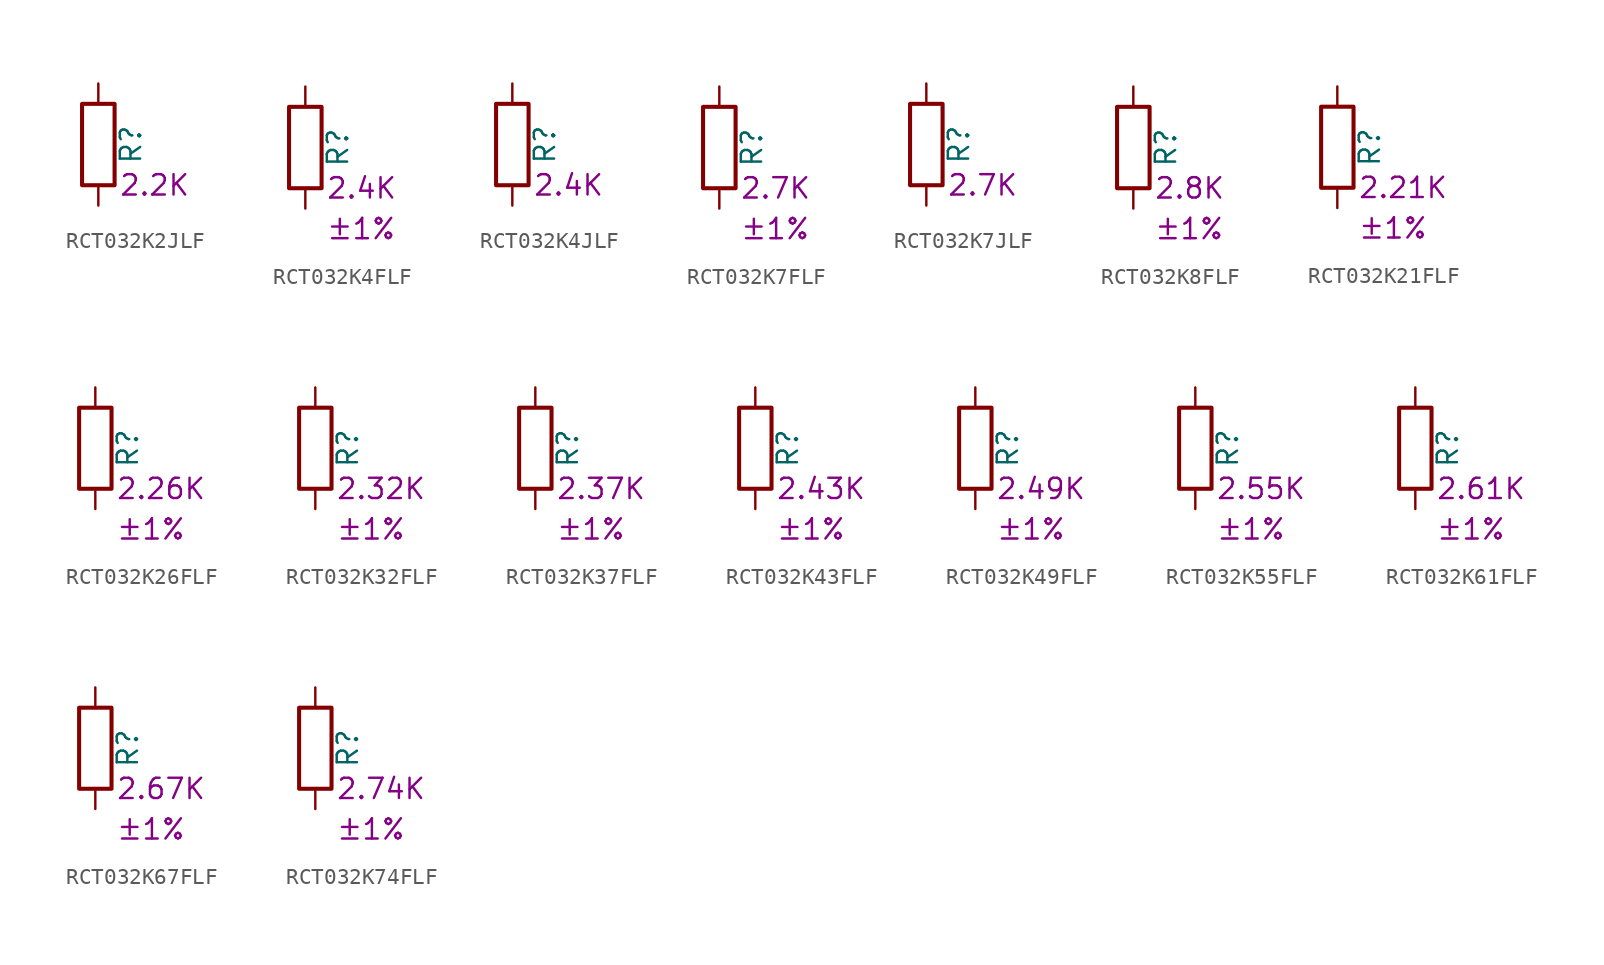
<source format=kicad_sym>
(kicad_symbol_lib
  (version 20220914)
  (generator kicad_symbol_editor)
  (symbol "RCT032K2JLF"
    (pin_numbers hide)
    (pin_names
      (offset 0))
    (property "Reference" "R"
      (at 2.032 0 90)
      (effects (font (size 1.27 1.27))))
    (property "Resistance" "2.2K"
      (at 1.27 -2.54 0)
      (effects (font (size 1.27 1.27)) (justify left)))
    (symbol "RCT032K2JLF_0_1"
      (rectangle (start -1.016 -2.54) (end 1.016 2.54) (stroke (width 0.254) (type default)) (fill (type none))))
    (symbol "RCT032K2JLF_1_1"
      (pin passive line (at 0 3.81 270) (length 1.27) (name "~" (effects (font (size 1.27 1.27)))) (number "1" (effects (font (size 1.27 1.27)))))
      (pin passive line (at 0 -3.81 90) (length 1.27) (name "~" (effects (font (size 1.27 1.27)))) (number "2" (effects (font (size 1.27 1.27)))))))
  (symbol "RCT032K4FLF"
    (pin_numbers hide)
    (pin_names
      (offset 0))
    (property "Reference" "R"
      (at 2.032 0 90)
      (effects (font (size 1.27 1.27))))
    (property "Resistance" "2.4K"
      (at 1.27 -2.54 0)
      (effects (font (size 1.27 1.27)) (justify left)))
    (property "Tolerance" "±1%"
      (at 1.27 -5.08 0)
      (effects (font (size 1.27 1.27)) (justify left)))
    (symbol "RCT032K4FLF_0_1"
      (rectangle (start -1.016 -2.54) (end 1.016 2.54) (stroke (width 0.254) (type default)) (fill (type none))))
    (symbol "RCT032K4FLF_1_1"
      (pin passive line (at 0 3.81 270) (length 1.27) (name "~" (effects (font (size 1.27 1.27)))) (number "1" (effects (font (size 1.27 1.27)))))
      (pin passive line (at 0 -3.81 90) (length 1.27) (name "~" (effects (font (size 1.27 1.27)))) (number "2" (effects (font (size 1.27 1.27)))))))
  (symbol "RCT032K4JLF"
    (pin_numbers hide)
    (pin_names
      (offset 0))
    (property "Reference" "R"
      (at 2.032 0 90)
      (effects (font (size 1.27 1.27))))
    (property "Resistance" "2.4K"
      (at 1.27 -2.54 0)
      (effects (font (size 1.27 1.27)) (justify left)))
    (symbol "RCT032K4JLF_0_1"
      (rectangle (start -1.016 -2.54) (end 1.016 2.54) (stroke (width 0.254) (type default)) (fill (type none))))
    (symbol "RCT032K4JLF_1_1"
      (pin passive line (at 0 3.81 270) (length 1.27) (name "~" (effects (font (size 1.27 1.27)))) (number "1" (effects (font (size 1.27 1.27)))))
      (pin passive line (at 0 -3.81 90) (length 1.27) (name "~" (effects (font (size 1.27 1.27)))) (number "2" (effects (font (size 1.27 1.27)))))))
  (symbol "RCT032K7FLF"
    (pin_numbers hide)
    (pin_names
      (offset 0))
    (property "Reference" "R"
      (at 2.032 0 90)
      (effects (font (size 1.27 1.27))))
    (property "Resistance" "2.7K"
      (at 1.27 -2.54 0)
      (effects (font (size 1.27 1.27)) (justify left)))
    (property "Tolerance" "±1%"
      (at 1.27 -5.08 0)
      (effects (font (size 1.27 1.27)) (justify left)))
    (symbol "RCT032K7FLF_0_1"
      (rectangle (start -1.016 -2.54) (end 1.016 2.54) (stroke (width 0.254) (type default)) (fill (type none))))
    (symbol "RCT032K7FLF_1_1"
      (pin passive line (at 0 3.81 270) (length 1.27) (name "~" (effects (font (size 1.27 1.27)))) (number "1" (effects (font (size 1.27 1.27)))))
      (pin passive line (at 0 -3.81 90) (length 1.27) (name "~" (effects (font (size 1.27 1.27)))) (number "2" (effects (font (size 1.27 1.27)))))))
  (symbol "RCT032K7JLF"
    (pin_numbers hide)
    (pin_names
      (offset 0))
    (property "Reference" "R"
      (at 2.032 0 90)
      (effects (font (size 1.27 1.27))))
    (property "Resistance" "2.7K"
      (at 1.27 -2.54 0)
      (effects (font (size 1.27 1.27)) (justify left)))
    (symbol "RCT032K7JLF_0_1"
      (rectangle (start -1.016 -2.54) (end 1.016 2.54) (stroke (width 0.254) (type default)) (fill (type none))))
    (symbol "RCT032K7JLF_1_1"
      (pin passive line (at 0 3.81 270) (length 1.27) (name "~" (effects (font (size 1.27 1.27)))) (number "1" (effects (font (size 1.27 1.27)))))
      (pin passive line (at 0 -3.81 90) (length 1.27) (name "~" (effects (font (size 1.27 1.27)))) (number "2" (effects (font (size 1.27 1.27)))))))
  (symbol "RCT032K8FLF"
    (pin_numbers hide)
    (pin_names
      (offset 0))
    (property "Reference" "R"
      (at 2.032 0 90)
      (effects (font (size 1.27 1.27))))
    (property "Resistance" "2.8K"
      (at 1.27 -2.54 0)
      (effects (font (size 1.27 1.27)) (justify left)))
    (property "Tolerance" "±1%"
      (at 1.27 -5.08 0)
      (effects (font (size 1.27 1.27)) (justify left)))
    (symbol "RCT032K8FLF_0_1"
      (rectangle (start -1.016 -2.54) (end 1.016 2.54) (stroke (width 0.254) (type default)) (fill (type none))))
    (symbol "RCT032K8FLF_1_1"
      (pin passive line (at 0 3.81 270) (length 1.27) (name "~" (effects (font (size 1.27 1.27)))) (number "1" (effects (font (size 1.27 1.27)))))
      (pin passive line (at 0 -3.81 90) (length 1.27) (name "~" (effects (font (size 1.27 1.27)))) (number "2" (effects (font (size 1.27 1.27)))))))
  (symbol "RCT032K21FLF"
    (pin_numbers hide)
    (pin_names
      (offset 0))
    (property "Reference" "R"
      (at 2.032 0 90)
      (effects (font (size 1.27 1.27))))
    (property "Resistance" "2.21K"
      (at 1.27 -2.54 0)
      (effects (font (size 1.27 1.27)) (justify left)))
    (property "Tolerance" "±1%"
      (at 1.27 -5.08 0)
      (effects (font (size 1.27 1.27)) (justify left)))
    (symbol "RCT032K21FLF_0_1"
      (rectangle (start -1.016 -2.54) (end 1.016 2.54) (stroke (width 0.254) (type default)) (fill (type none))))
    (symbol "RCT032K21FLF_1_1"
      (pin passive line (at 0 3.81 270) (length 1.27) (name "~" (effects (font (size 1.27 1.27)))) (number "1" (effects (font (size 1.27 1.27)))))
      (pin passive line (at 0 -3.81 90) (length 1.27) (name "~" (effects (font (size 1.27 1.27)))) (number "2" (effects (font (size 1.27 1.27)))))))
  (symbol "RCT032K26FLF"
    (pin_numbers hide)
    (pin_names
      (offset 0))
    (property "Reference" "R"
      (at 2.032 0 90)
      (effects (font (size 1.27 1.27))))
    (property "Resistance" "2.26K"
      (at 1.27 -2.54 0)
      (effects (font (size 1.27 1.27)) (justify left)))
    (property "Tolerance" "±1%"
      (at 1.27 -5.08 0)
      (effects (font (size 1.27 1.27)) (justify left)))
    (symbol "RCT032K26FLF_0_1"
      (rectangle (start -1.016 -2.54) (end 1.016 2.54) (stroke (width 0.254) (type default)) (fill (type none))))
    (symbol "RCT032K26FLF_1_1"
      (pin passive line (at 0 3.81 270) (length 1.27) (name "~" (effects (font (size 1.27 1.27)))) (number "1" (effects (font (size 1.27 1.27)))))
      (pin passive line (at 0 -3.81 90) (length 1.27) (name "~" (effects (font (size 1.27 1.27)))) (number "2" (effects (font (size 1.27 1.27)))))))
  (symbol "RCT032K32FLF"
    (pin_numbers hide)
    (pin_names
      (offset 0))
    (property "Reference" "R"
      (at 2.032 0 90)
      (effects (font (size 1.27 1.27))))
    (property "Resistance" "2.32K"
      (at 1.27 -2.54 0)
      (effects (font (size 1.27 1.27)) (justify left)))
    (property "Tolerance" "±1%"
      (at 1.27 -5.08 0)
      (effects (font (size 1.27 1.27)) (justify left)))
    (symbol "RCT032K32FLF_0_1"
      (rectangle (start -1.016 -2.54) (end 1.016 2.54) (stroke (width 0.254) (type default)) (fill (type none))))
    (symbol "RCT032K32FLF_1_1"
      (pin passive line (at 0 3.81 270) (length 1.27) (name "~" (effects (font (size 1.27 1.27)))) (number "1" (effects (font (size 1.27 1.27)))))
      (pin passive line (at 0 -3.81 90) (length 1.27) (name "~" (effects (font (size 1.27 1.27)))) (number "2" (effects (font (size 1.27 1.27)))))))
  (symbol "RCT032K37FLF"
    (pin_numbers hide)
    (pin_names
      (offset 0))
    (property "Reference" "R"
      (at 2.032 0 90)
      (effects (font (size 1.27 1.27))))
    (property "Resistance" "2.37K"
      (at 1.27 -2.54 0)
      (effects (font (size 1.27 1.27)) (justify left)))
    (property "Tolerance" "±1%"
      (at 1.27 -5.08 0)
      (effects (font (size 1.27 1.27)) (justify left)))
    (symbol "RCT032K37FLF_0_1"
      (rectangle (start -1.016 -2.54) (end 1.016 2.54) (stroke (width 0.254) (type default)) (fill (type none))))
    (symbol "RCT032K37FLF_1_1"
      (pin passive line (at 0 3.81 270) (length 1.27) (name "~" (effects (font (size 1.27 1.27)))) (number "1" (effects (font (size 1.27 1.27)))))
      (pin passive line (at 0 -3.81 90) (length 1.27) (name "~" (effects (font (size 1.27 1.27)))) (number "2" (effects (font (size 1.27 1.27)))))))
  (symbol "RCT032K43FLF"
    (pin_numbers hide)
    (pin_names
      (offset 0))
    (property "Reference" "R"
      (at 2.032 0 90)
      (effects (font (size 1.27 1.27))))
    (property "Resistance" "2.43K"
      (at 1.27 -2.54 0)
      (effects (font (size 1.27 1.27)) (justify left)))
    (property "Tolerance" "±1%"
      (at 1.27 -5.08 0)
      (effects (font (size 1.27 1.27)) (justify left)))
    (symbol "RCT032K43FLF_0_1"
      (rectangle (start -1.016 -2.54) (end 1.016 2.54) (stroke (width 0.254) (type default)) (fill (type none))))
    (symbol "RCT032K43FLF_1_1"
      (pin passive line (at 0 3.81 270) (length 1.27) (name "~" (effects (font (size 1.27 1.27)))) (number "1" (effects (font (size 1.27 1.27)))))
      (pin passive line (at 0 -3.81 90) (length 1.27) (name "~" (effects (font (size 1.27 1.27)))) (number "2" (effects (font (size 1.27 1.27)))))))
  (symbol "RCT032K49FLF"
    (pin_numbers hide)
    (pin_names
      (offset 0))
    (property "Reference" "R"
      (at 2.032 0 90)
      (effects (font (size 1.27 1.27))))
    (property "Resistance" "2.49K"
      (at 1.27 -2.54 0)
      (effects (font (size 1.27 1.27)) (justify left)))
    (property "Tolerance" "±1%"
      (at 1.27 -5.08 0)
      (effects (font (size 1.27 1.27)) (justify left)))
    (symbol "RCT032K49FLF_0_1"
      (rectangle (start -1.016 -2.54) (end 1.016 2.54) (stroke (width 0.254) (type default)) (fill (type none))))
    (symbol "RCT032K49FLF_1_1"
      (pin passive line (at 0 3.81 270) (length 1.27) (name "~" (effects (font (size 1.27 1.27)))) (number "1" (effects (font (size 1.27 1.27)))))
      (pin passive line (at 0 -3.81 90) (length 1.27) (name "~" (effects (font (size 1.27 1.27)))) (number "2" (effects (font (size 1.27 1.27)))))))
  (symbol "RCT032K55FLF"
    (pin_numbers hide)
    (pin_names
      (offset 0))
    (property "Reference" "R"
      (at 2.032 0 90)
      (effects (font (size 1.27 1.27))))
    (property "Resistance" "2.55K"
      (at 1.27 -2.54 0)
      (effects (font (size 1.27 1.27)) (justify left)))
    (property "Tolerance" "±1%"
      (at 1.27 -5.08 0)
      (effects (font (size 1.27 1.27)) (justify left)))
    (symbol "RCT032K55FLF_0_1"
      (rectangle (start -1.016 -2.54) (end 1.016 2.54) (stroke (width 0.254) (type default)) (fill (type none))))
    (symbol "RCT032K55FLF_1_1"
      (pin passive line (at 0 3.81 270) (length 1.27) (name "~" (effects (font (size 1.27 1.27)))) (number "1" (effects (font (size 1.27 1.27)))))
      (pin passive line (at 0 -3.81 90) (length 1.27) (name "~" (effects (font (size 1.27 1.27)))) (number "2" (effects (font (size 1.27 1.27)))))))
  (symbol "RCT032K61FLF"
    (pin_numbers hide)
    (pin_names
      (offset 0))
    (property "Reference" "R"
      (at 2.032 0 90)
      (effects (font (size 1.27 1.27))))
    (property "Resistance" "2.61K"
      (at 1.27 -2.54 0)
      (effects (font (size 1.27 1.27)) (justify left)))
    (property "Tolerance" "±1%"
      (at 1.27 -5.08 0)
      (effects (font (size 1.27 1.27)) (justify left)))
    (symbol "RCT032K61FLF_0_1"
      (rectangle (start -1.016 -2.54) (end 1.016 2.54) (stroke (width 0.254) (type default)) (fill (type none))))
    (symbol "RCT032K61FLF_1_1"
      (pin passive line (at 0 3.81 270) (length 1.27) (name "~" (effects (font (size 1.27 1.27)))) (number "1" (effects (font (size 1.27 1.27)))))
      (pin passive line (at 0 -3.81 90) (length 1.27) (name "~" (effects (font (size 1.27 1.27)))) (number "2" (effects (font (size 1.27 1.27)))))))
  (symbol "RCT032K67FLF"
    (pin_numbers hide)
    (pin_names
      (offset 0))
    (property "Reference" "R"
      (at 2.032 0 90)
      (effects (font (size 1.27 1.27))))
    (property "Resistance" "2.67K"
      (at 1.27 -2.54 0)
      (effects (font (size 1.27 1.27)) (justify left)))
    (property "Tolerance" "±1%"
      (at 1.27 -5.08 0)
      (effects (font (size 1.27 1.27)) (justify left)))
    (symbol "RCT032K67FLF_0_1"
      (rectangle (start -1.016 -2.54) (end 1.016 2.54) (stroke (width 0.254) (type default)) (fill (type none))))
    (symbol "RCT032K67FLF_1_1"
      (pin passive line (at 0 3.81 270) (length 1.27) (name "~" (effects (font (size 1.27 1.27)))) (number "1" (effects (font (size 1.27 1.27)))))
      (pin passive line (at 0 -3.81 90) (length 1.27) (name "~" (effects (font (size 1.27 1.27)))) (number "2" (effects (font (size 1.27 1.27)))))))
  (symbol "RCT032K74FLF"
    (pin_numbers hide)
    (pin_names
      (offset 0))
    (property "Reference" "R"
      (at 2.032 0 90)
      (effects (font (size 1.27 1.27))))
    (property "Resistance" "2.74K"
      (at 1.27 -2.54 0)
      (effects (font (size 1.27 1.27)) (justify left)))
    (property "Tolerance" "±1%"
      (at 1.27 -5.08 0)
      (effects (font (size 1.27 1.27)) (justify left)))
    (symbol "RCT032K74FLF_0_1"
      (rectangle (start -1.016 -2.54) (end 1.016 2.54) (stroke (width 0.254) (type default)) (fill (type none))))
    (symbol "RCT032K74FLF_1_1"
      (pin passive line (at 0 3.81 270) (length 1.27) (name "~" (effects (font (size 1.27 1.27)))) (number "1" (effects (font (size 1.27 1.27)))))
      (pin passive line (at 0 -3.81 90) (length 1.27) (name "~" (effects (font (size 1.27 1.27)))) (number "2" (effects (font (size 1.27 1.27))))))))
</source>
